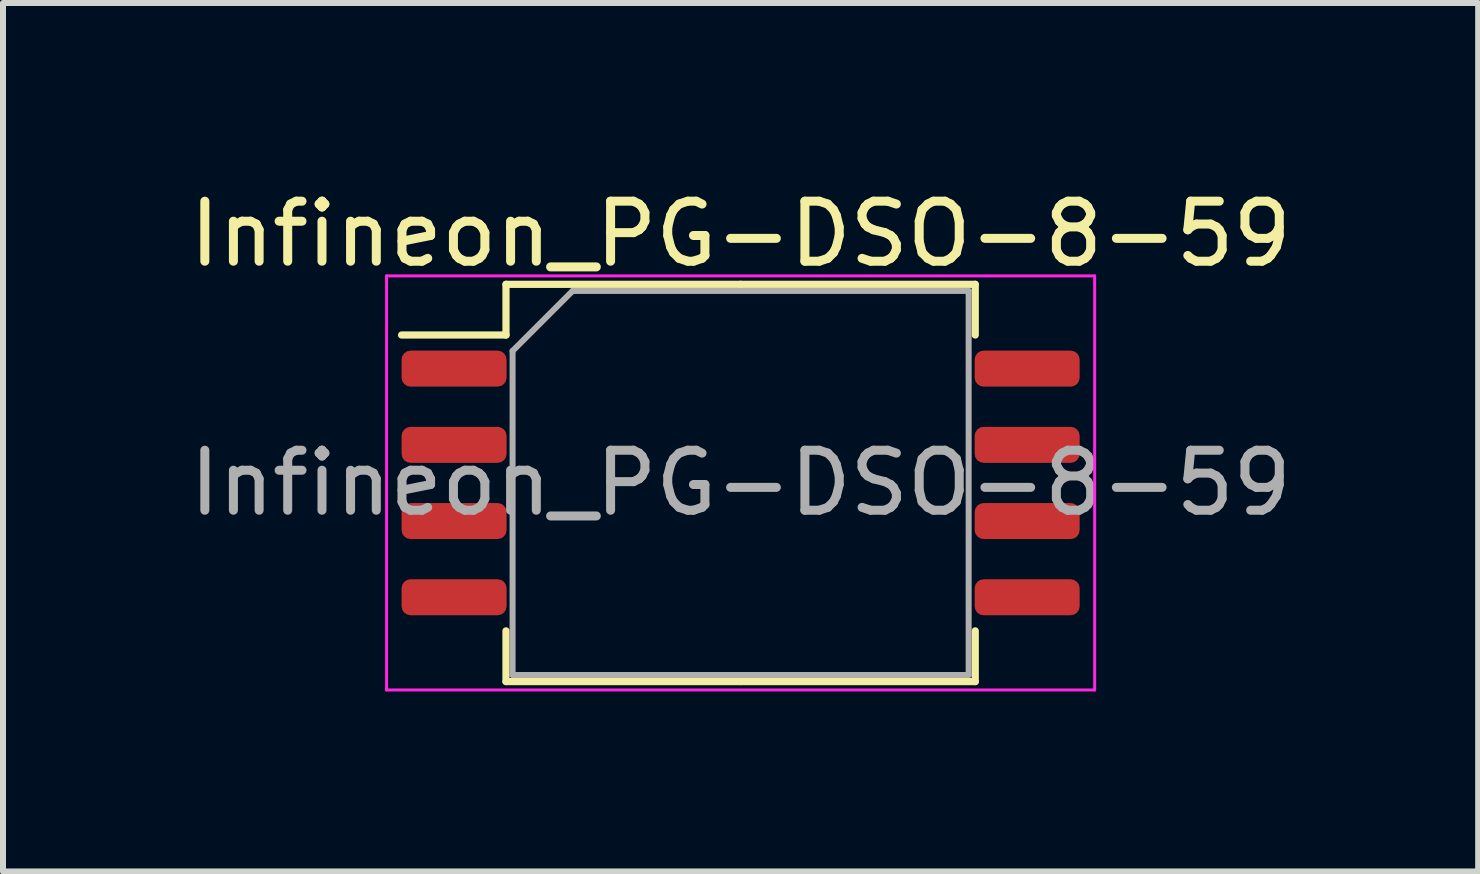
<source format=kicad_pcb>
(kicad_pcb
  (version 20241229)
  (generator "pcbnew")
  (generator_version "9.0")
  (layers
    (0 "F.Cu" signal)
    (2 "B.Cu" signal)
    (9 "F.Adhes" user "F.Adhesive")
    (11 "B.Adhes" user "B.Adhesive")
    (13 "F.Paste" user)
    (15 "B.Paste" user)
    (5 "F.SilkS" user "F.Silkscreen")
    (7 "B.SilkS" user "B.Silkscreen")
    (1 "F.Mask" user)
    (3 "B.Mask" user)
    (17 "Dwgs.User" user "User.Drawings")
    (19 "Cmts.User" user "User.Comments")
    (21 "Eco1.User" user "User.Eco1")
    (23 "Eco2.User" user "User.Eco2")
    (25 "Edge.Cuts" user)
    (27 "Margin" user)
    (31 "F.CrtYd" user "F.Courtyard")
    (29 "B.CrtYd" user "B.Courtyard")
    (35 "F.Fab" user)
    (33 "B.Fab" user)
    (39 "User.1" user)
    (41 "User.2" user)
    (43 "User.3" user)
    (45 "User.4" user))
  (footprint "Infineon_PG-DSO-8-59"
    (layer "F.Cu")
    (at 9.292 4.998)
    (property "Reference" "Infineon_PG-DSO-8-59" (at 0 -4.15 0) (layer "F.SilkS") (effects (font (size 1 1) (thickness 0.15))))
    (attr smd)
    (fp_line (start -3.91 -3.31) (end -3.91 -2.465) (stroke (width 0.12) (type solid)) (layer "F.SilkS"))
    (fp_line (start -3.91 -2.465) (end -5.65 -2.465) (stroke (width 0.12) (type solid)) (layer "F.SilkS"))
    (fp_line (start -3.91 3.31) (end -3.91 2.465) (stroke (width 0.12) (type solid)) (layer "F.SilkS"))
    (fp_line (start 0 -3.31) (end -3.91 -3.31) (stroke (width 0.12) (type solid)) (layer "F.SilkS"))
    (fp_line (start 0 -3.31) (end 3.91 -3.31) (stroke (width 0.12) (type solid)) (layer "F.SilkS"))
    (fp_line (start 0 3.31) (end -3.91 3.31) (stroke (width 0.12) (type solid)) (layer "F.SilkS"))
    (fp_line (start 0 3.31) (end 3.91 3.31) (stroke (width 0.12) (type solid)) (layer "F.SilkS"))
    (fp_line (start 3.91 -3.31) (end 3.91 -2.465) (stroke (width 0.12) (type solid)) (layer "F.SilkS"))
    (fp_line (start 3.91 3.31) (end 3.91 2.465) (stroke (width 0.12) (type solid)) (layer "F.SilkS"))
    (fp_line (start -5.9 -3.45) (end -5.9 3.45) (stroke (width 0.05) (type solid)) (layer "F.CrtYd"))
    (fp_line (start -5.9 3.45) (end 5.9 3.45) (stroke (width 0.05) (type solid)) (layer "F.CrtYd"))
    (fp_line (start 5.9 -3.45) (end -5.9 -3.45) (stroke (width 0.05) (type solid)) (layer "F.CrtYd"))
    (fp_line (start 5.9 3.45) (end 5.9 -3.45) (stroke (width 0.05) (type solid)) (layer "F.CrtYd"))
    (fp_line (start -3.8 -2.2) (end -2.8 -3.2) (stroke (width 0.1) (type solid)) (layer "F.Fab"))
    (fp_line (start -3.8 3.2) (end -3.8 -2.2) (stroke (width 0.1) (type solid)) (layer "F.Fab"))
    (fp_line (start -2.8 -3.2) (end 3.8 -3.2) (stroke (width 0.1) (type solid)) (layer "F.Fab"))
    (fp_line (start 3.8 -3.2) (end 3.8 3.2) (stroke (width 0.1) (type solid)) (layer "F.Fab"))
    (fp_line (start 3.8 3.2) (end -3.8 3.2) (stroke (width 0.1) (type solid)) (layer "F.Fab"))
    (fp_text user "${REFERENCE}" (at 0 0 0) (layer "F.Fab") (effects (font (size 1 1) (thickness 0.15))))
    (pad "1" smd roundrect (at -4.775 -1.905) (size 1.75 0.6) (layers "F.Cu" "F.Mask" "F.Paste") (roundrect_rratio 0.25))
    (pad "2" smd roundrect (at -4.775 -0.635) (size 1.75 0.6) (layers "F.Cu" "F.Mask" "F.Paste") (roundrect_rratio 0.25))
    (pad "3" smd roundrect (at -4.775 0.635) (size 1.75 0.6) (layers "F.Cu" "F.Mask" "F.Paste") (roundrect_rratio 0.25))
    (pad "4" smd roundrect (at -4.775 1.905) (size 1.75 0.6) (layers "F.Cu" "F.Mask" "F.Paste") (roundrect_rratio 0.25))
    (pad "5" smd roundrect (at 4.775 1.905) (size 1.75 0.6) (layers "F.Cu" "F.Mask" "F.Paste") (roundrect_rratio 0.25))
    (pad "6" smd roundrect (at 4.775 0.635) (size 1.75 0.6) (layers "F.Cu" "F.Mask" "F.Paste") (roundrect_rratio 0.25))
    (pad "7" smd roundrect (at 4.775 -0.635) (size 1.75 0.6) (layers "F.Cu" "F.Mask" "F.Paste") (roundrect_rratio 0.25))
    (pad "8" smd roundrect (at 4.775 -1.905) (size 1.75 0.6) (layers "F.Cu" "F.Mask" "F.Paste") (roundrect_rratio 0.25)))
  (gr_rect
    (start -3 -3)
    (end 21.583 11.473)
    (stroke (width 0.1) (type default))
    (fill no)
    (layer "Edge.Cuts")))
</source>
